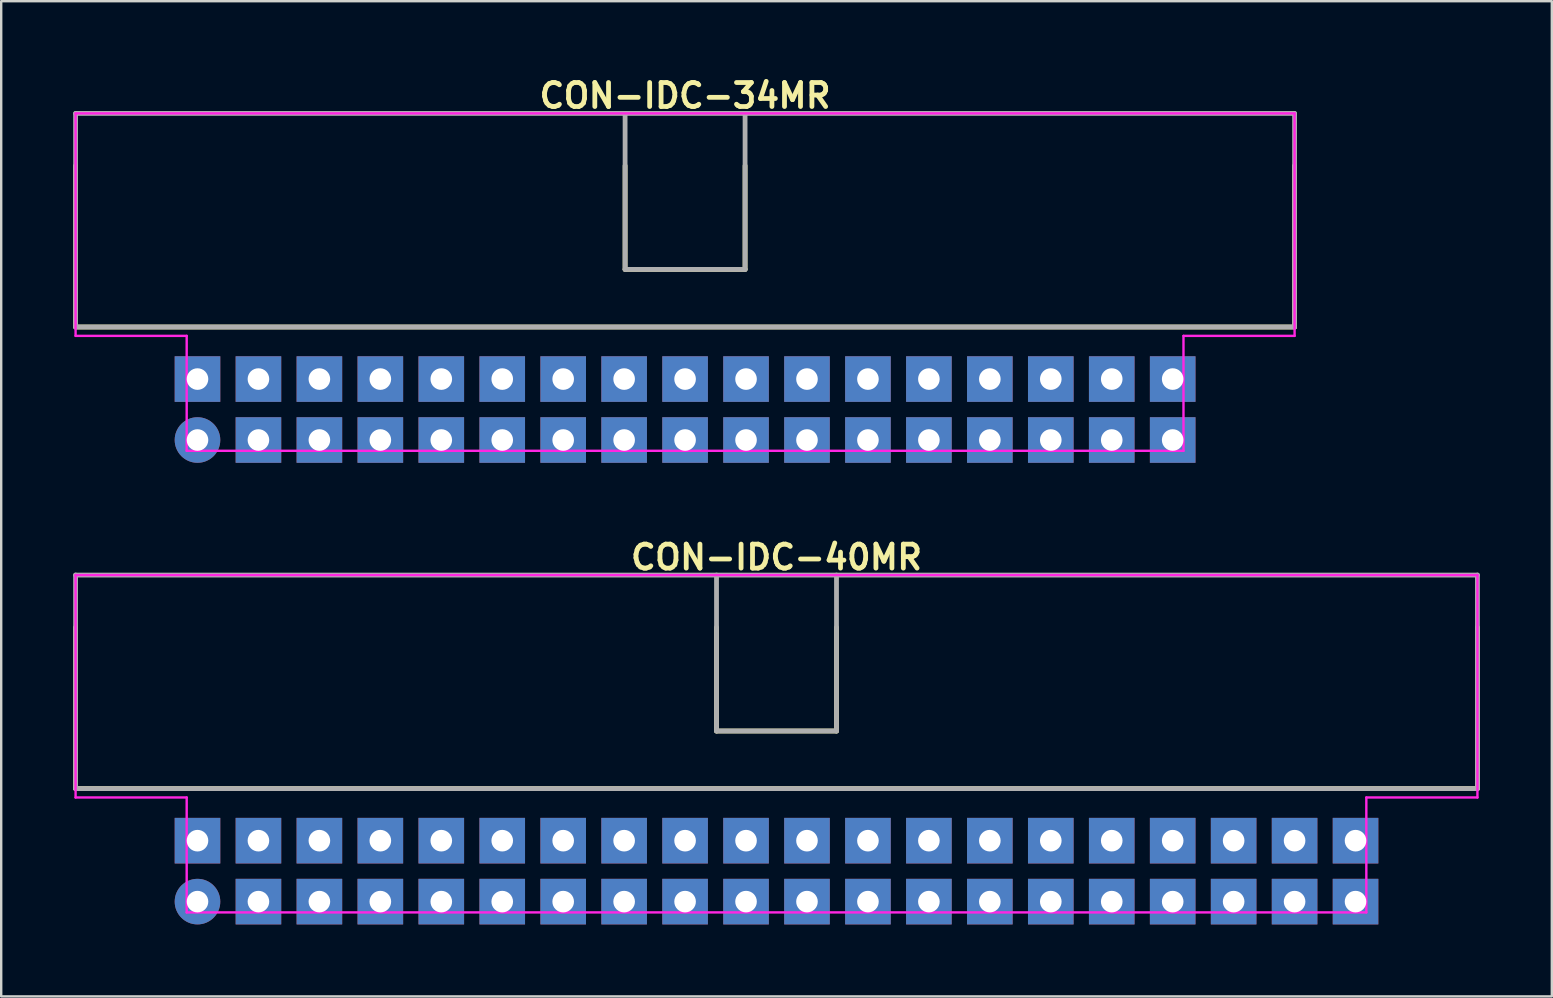
<source format=kicad_pcb>
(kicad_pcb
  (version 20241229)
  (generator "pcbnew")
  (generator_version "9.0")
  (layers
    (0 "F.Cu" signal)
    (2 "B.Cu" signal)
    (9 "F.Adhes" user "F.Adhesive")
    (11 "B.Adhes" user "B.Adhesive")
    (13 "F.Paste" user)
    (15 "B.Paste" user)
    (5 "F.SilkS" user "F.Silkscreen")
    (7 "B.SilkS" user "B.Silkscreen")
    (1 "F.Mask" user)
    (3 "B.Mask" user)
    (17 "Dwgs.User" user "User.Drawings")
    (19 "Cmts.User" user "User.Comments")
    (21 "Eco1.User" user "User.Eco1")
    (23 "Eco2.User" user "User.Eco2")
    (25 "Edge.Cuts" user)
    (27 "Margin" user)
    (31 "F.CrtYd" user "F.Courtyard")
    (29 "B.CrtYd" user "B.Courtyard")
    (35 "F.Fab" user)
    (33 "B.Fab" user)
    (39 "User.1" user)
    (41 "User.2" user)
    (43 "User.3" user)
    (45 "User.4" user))
  (footprint "CON-IDC-40MR"
    (layer "F.Cu")
    (at 29.31 33.254)
    (property "Reference" "CON-IDC-40MR" (at 0 -13.081 0) (layer "F.SilkS") (effects (font (size 1 1) (thickness 0.2))))
    (attr through_hole)
    (fp_line (start -29.21 -10.16) (end -29.21 -3.44) (stroke (width 0.2) (type solid)) (layer "F.SilkS"))
    (fp_line (start -29.21 -3.44) (end 29.21 -3.44) (stroke (width 0.2) (type solid)) (layer "F.SilkS"))
    (fp_line (start -2.5 -10.16) (end -2.5 -5.84) (stroke (width 0.2) (type solid)) (layer "F.SilkS"))
    (fp_line (start -2.5 -5.84) (end 2.5 -5.84) (stroke (width 0.2) (type solid)) (layer "F.SilkS"))
    (fp_line (start 2.5 -10.16) (end 2.5 -5.84) (stroke (width 0.2) (type solid)) (layer "F.SilkS"))
    (fp_line (start 29.21 -10.16) (end 29.21 -3.44) (stroke (width 0.2) (type solid)) (layer "F.SilkS"))
    (fp_line (start -29.21 -12.34) (end -29.21 -3.07) (stroke (width 0.1) (type solid)) (layer "F.CrtYd"))
    (fp_line (start -29.21 -12.34) (end 29.21 -12.34) (stroke (width 0.1) (type solid)) (layer "F.CrtYd"))
    (fp_line (start -29.21 -3.07) (end -24.58 -3.07) (stroke (width 0.1) (type solid)) (layer "F.CrtYd"))
    (fp_line (start -24.58 -3.07) (end -24.58 1.72) (stroke (width 0.1) (type solid)) (layer "F.CrtYd"))
    (fp_line (start -24.58 1.72) (end 24.58 1.72) (stroke (width 0.1) (type solid)) (layer "F.CrtYd"))
    (fp_line (start 24.58 -3.07) (end 24.58 1.72) (stroke (width 0.1) (type solid)) (layer "F.CrtYd"))
    (fp_line (start 24.58 -3.07) (end 29.21 -3.07) (stroke (width 0.1) (type solid)) (layer "F.CrtYd"))
    (fp_line (start 29.21 -12.34) (end 29.21 -3.07) (stroke (width 0.1) (type solid)) (layer "F.CrtYd"))
    (fp_line (start -29.21 -12.34) (end -29.21 -3.44) (stroke (width 0.2) (type solid)) (layer "F.Fab"))
    (fp_line (start -29.21 -12.34) (end 29.21 -12.34) (stroke (width 0.2) (type solid)) (layer "F.Fab"))
    (fp_line (start -29.21 -3.44) (end 29.21 -3.44) (stroke (width 0.2) (type solid)) (layer "F.Fab"))
    (fp_line (start -2.5 -12.34) (end -2.5 -5.84) (stroke (width 0.2) (type solid)) (layer "F.Fab"))
    (fp_line (start -2.5 -5.84) (end 2.5 -5.84) (stroke (width 0.2) (type solid)) (layer "F.Fab"))
    (fp_line (start 2.5 -12.34) (end 2.5 -5.84) (stroke (width 0.2) (type solid)) (layer "F.Fab"))
    (fp_line (start 29.21 -12.34) (end 29.21 -3.44) (stroke (width 0.2) (type solid)) (layer "F.Fab"))
    (pad "1" thru_hole circle (at -24.13 1.27) (size 1.9 1.9) (drill 0.9) (layers "*.Cu" "*.Mask"))
    (pad "2" thru_hole rect (at -24.13 -1.27) (size 1.9 1.9) (drill 0.9) (layers "*.Cu" "*.Mask"))
    (pad "3" thru_hole rect (at -21.59 1.27) (size 1.9 1.9) (drill 0.9) (layers "*.Cu" "*.Mask"))
    (pad "4" thru_hole rect (at -21.59 -1.27) (size 1.9 1.9) (drill 0.9) (layers "*.Cu" "*.Mask"))
    (pad "5" thru_hole rect (at -19.05 1.27) (size 1.9 1.9) (drill 0.9) (layers "*.Cu" "*.Mask"))
    (pad "6" thru_hole rect (at -19.05 -1.27) (size 1.9 1.9) (drill 0.9) (layers "*.Cu" "*.Mask"))
    (pad "7" thru_hole rect (at -16.51 1.27) (size 1.9 1.9) (drill 0.9) (layers "*.Cu" "*.Mask"))
    (pad "8" thru_hole rect (at -16.51 -1.27) (size 1.9 1.9) (drill 0.9) (layers "*.Cu" "*.Mask"))
    (pad "9" thru_hole rect (at -13.97 1.27) (size 1.9 1.9) (drill 0.9) (layers "*.Cu" "*.Mask"))
    (pad "10" thru_hole rect (at -13.97 -1.27) (size 1.9 1.9) (drill 0.9) (layers "*.Cu" "*.Mask"))
    (pad "11" thru_hole rect (at -11.43 1.27) (size 1.9 1.9) (drill 0.9) (layers "*.Cu" "*.Mask"))
    (pad "12" thru_hole rect (at -11.43 -1.27) (size 1.9 1.9) (drill 0.9) (layers "*.Cu" "*.Mask"))
    (pad "13" thru_hole rect (at -8.89 1.27) (size 1.9 1.9) (drill 0.9) (layers "*.Cu" "*.Mask"))
    (pad "14" thru_hole rect (at -8.89 -1.27) (size 1.9 1.9) (drill 0.9) (layers "*.Cu" "*.Mask"))
    (pad "15" thru_hole rect (at -6.35 1.27) (size 1.9 1.9) (drill 0.9) (layers "*.Cu" "*.Mask"))
    (pad "16" thru_hole rect (at -6.35 -1.27) (size 1.9 1.9) (drill 0.9) (layers "*.Cu" "*.Mask"))
    (pad "17" thru_hole rect (at -3.81 1.27) (size 1.9 1.9) (drill 0.9) (layers "*.Cu" "*.Mask"))
    (pad "18" thru_hole rect (at -3.81 -1.27) (size 1.9 1.9) (drill 0.9) (layers "*.Cu" "*.Mask"))
    (pad "19" thru_hole rect (at -1.27 1.27) (size 1.9 1.9) (drill 0.9) (layers "*.Cu" "*.Mask"))
    (pad "20" thru_hole rect (at -1.27 -1.27) (size 1.9 1.9) (drill 0.9) (layers "*.Cu" "*.Mask"))
    (pad "21" thru_hole rect (at 1.27 1.27) (size 1.9 1.9) (drill 0.9) (layers "*.Cu" "*.Mask"))
    (pad "22" thru_hole rect (at 1.27 -1.27) (size 1.9 1.9) (drill 0.9) (layers "*.Cu" "*.Mask"))
    (pad "23" thru_hole rect (at 3.81 1.27) (size 1.9 1.9) (drill 0.9) (layers "*.Cu" "*.Mask"))
    (pad "24" thru_hole rect (at 3.81 -1.27) (size 1.9 1.9) (drill 0.9) (layers "*.Cu" "*.Mask"))
    (pad "25" thru_hole rect (at 6.35 1.27) (size 1.9 1.9) (drill 0.9) (layers "*.Cu" "*.Mask"))
    (pad "26" thru_hole rect (at 6.35 -1.27) (size 1.9 1.9) (drill 0.9) (layers "*.Cu" "*.Mask"))
    (pad "27" thru_hole rect (at 8.89 1.27) (size 1.9 1.9) (drill 0.9) (layers "*.Cu" "*.Mask"))
    (pad "28" thru_hole rect (at 8.89 -1.27) (size 1.9 1.9) (drill 0.9) (layers "*.Cu" "*.Mask"))
    (pad "29" thru_hole rect (at 11.43 1.27) (size 1.9 1.9) (drill 0.9) (layers "*.Cu" "*.Mask"))
    (pad "30" thru_hole rect (at 11.43 -1.27) (size 1.9 1.9) (drill 0.9) (layers "*.Cu" "*.Mask"))
    (pad "31" thru_hole rect (at 13.97 1.27) (size 1.9 1.9) (drill 0.9) (layers "*.Cu" "*.Mask"))
    (pad "32" thru_hole rect (at 13.97 -1.27) (size 1.9 1.9) (drill 0.9) (layers "*.Cu" "*.Mask"))
    (pad "33" thru_hole rect (at 16.51 1.27) (size 1.9 1.9) (drill 0.9) (layers "*.Cu" "*.Mask"))
    (pad "34" thru_hole rect (at 16.51 -1.27) (size 1.9 1.9) (drill 0.9) (layers "*.Cu" "*.Mask"))
    (pad "35" thru_hole rect (at 19.05 1.27) (size 1.9 1.9) (drill 0.9) (layers "*.Cu" "*.Mask"))
    (pad "36" thru_hole rect (at 19.05 -1.27) (size 1.9 1.9) (drill 0.9) (layers "*.Cu" "*.Mask"))
    (pad "37" thru_hole rect (at 21.59 1.27) (size 1.9 1.9) (drill 0.9) (layers "*.Cu" "*.Mask"))
    (pad "38" thru_hole rect (at 21.59 -1.27) (size 1.9 1.9) (drill 0.9) (layers "*.Cu" "*.Mask"))
    (pad "39" thru_hole rect (at 24.13 1.27) (size 1.9 1.9) (drill 0.9) (layers "*.Cu" "*.Mask"))
    (pad "40" thru_hole rect (at 24.13 -1.27) (size 1.9 1.9) (drill 0.9) (layers "*.Cu" "*.Mask")))
  (footprint "CON-IDC-34MR"
    (layer "F.Cu")
    (at 25.5 14.017)
    (property "Reference" "CON-IDC-34MR" (at 0 -13.081 0) (layer "F.SilkS") (effects (font (size 1 1) (thickness 0.2))))
    (attr through_hole)
    (fp_line (start -25.4 -10.16) (end -25.4 -3.44) (stroke (width 0.2) (type solid)) (layer "F.SilkS"))
    (fp_line (start -25.4 -3.44) (end 25.4 -3.44) (stroke (width 0.2) (type solid)) (layer "F.SilkS"))
    (fp_line (start -2.5 -10.16) (end -2.5 -5.84) (stroke (width 0.2) (type solid)) (layer "F.SilkS"))
    (fp_line (start -2.5 -5.84) (end 2.5 -5.84) (stroke (width 0.2) (type solid)) (layer "F.SilkS"))
    (fp_line (start 2.5 -10.16) (end 2.5 -5.84) (stroke (width 0.2) (type solid)) (layer "F.SilkS"))
    (fp_line (start 25.4 -10.16) (end 25.4 -3.44) (stroke (width 0.2) (type solid)) (layer "F.SilkS"))
    (fp_line (start -25.4 -12.34) (end -25.4 -3.07) (stroke (width 0.1) (type solid)) (layer "F.CrtYd"))
    (fp_line (start -25.4 -12.34) (end 25.4 -12.34) (stroke (width 0.1) (type solid)) (layer "F.CrtYd"))
    (fp_line (start -25.4 -3.07) (end -20.77 -3.07) (stroke (width 0.1) (type solid)) (layer "F.CrtYd"))
    (fp_line (start -20.77 -3.07) (end -20.77 1.72) (stroke (width 0.1) (type solid)) (layer "F.CrtYd"))
    (fp_line (start -20.77 1.72) (end 20.77 1.72) (stroke (width 0.1) (type solid)) (layer "F.CrtYd"))
    (fp_line (start 20.77 -3.07) (end 20.77 1.72) (stroke (width 0.1) (type solid)) (layer "F.CrtYd"))
    (fp_line (start 20.77 -3.07) (end 25.4 -3.07) (stroke (width 0.1) (type solid)) (layer "F.CrtYd"))
    (fp_line (start 25.4 -12.34) (end 25.4 -3.07) (stroke (width 0.1) (type solid)) (layer "F.CrtYd"))
    (fp_line (start -25.4 -12.34) (end -25.4 -3.44) (stroke (width 0.2) (type solid)) (layer "F.Fab"))
    (fp_line (start -25.4 -12.34) (end 25.4 -12.34) (stroke (width 0.2) (type solid)) (layer "F.Fab"))
    (fp_line (start -25.4 -3.44) (end 25.4 -3.44) (stroke (width 0.2) (type solid)) (layer "F.Fab"))
    (fp_line (start -2.5 -12.34) (end -2.5 -5.84) (stroke (width 0.2) (type solid)) (layer "F.Fab"))
    (fp_line (start -2.5 -5.84) (end 2.5 -5.84) (stroke (width 0.2) (type solid)) (layer "F.Fab"))
    (fp_line (start 2.5 -12.34) (end 2.5 -5.84) (stroke (width 0.2) (type solid)) (layer "F.Fab"))
    (fp_line (start 25.4 -12.34) (end 25.4 -3.44) (stroke (width 0.2) (type solid)) (layer "F.Fab"))
    (pad "1" thru_hole circle (at -20.32 1.27) (size 1.9 1.9) (drill 0.9) (layers "*.Cu" "*.Mask"))
    (pad "2" thru_hole rect (at -20.32 -1.27) (size 1.9 1.9) (drill 0.9) (layers "*.Cu" "*.Mask"))
    (pad "3" thru_hole rect (at -17.78 1.27) (size 1.9 1.9) (drill 0.9) (layers "*.Cu" "*.Mask"))
    (pad "4" thru_hole rect (at -17.78 -1.27) (size 1.9 1.9) (drill 0.9) (layers "*.Cu" "*.Mask"))
    (pad "5" thru_hole rect (at -15.24 1.27) (size 1.9 1.9) (drill 0.9) (layers "*.Cu" "*.Mask"))
    (pad "6" thru_hole rect (at -15.24 -1.27) (size 1.9 1.9) (drill 0.9) (layers "*.Cu" "*.Mask"))
    (pad "7" thru_hole rect (at -12.7 1.27) (size 1.9 1.9) (drill 0.9) (layers "*.Cu" "*.Mask"))
    (pad "8" thru_hole rect (at -12.7 -1.27) (size 1.9 1.9) (drill 0.9) (layers "*.Cu" "*.Mask"))
    (pad "9" thru_hole rect (at -10.16 1.27) (size 1.9 1.9) (drill 0.9) (layers "*.Cu" "*.Mask"))
    (pad "10" thru_hole rect (at -10.16 -1.27) (size 1.9 1.9) (drill 0.9) (layers "*.Cu" "*.Mask"))
    (pad "11" thru_hole rect (at -7.62 1.27) (size 1.9 1.9) (drill 0.9) (layers "*.Cu" "*.Mask"))
    (pad "12" thru_hole rect (at -7.62 -1.27) (size 1.9 1.9) (drill 0.9) (layers "*.Cu" "*.Mask"))
    (pad "13" thru_hole rect (at -5.08 1.27) (size 1.9 1.9) (drill 0.9) (layers "*.Cu" "*.Mask"))
    (pad "14" thru_hole rect (at -5.08 -1.27) (size 1.9 1.9) (drill 0.9) (layers "*.Cu" "*.Mask"))
    (pad "15" thru_hole rect (at -2.54 1.27) (size 1.9 1.9) (drill 0.9) (layers "*.Cu" "*.Mask"))
    (pad "16" thru_hole rect (at -2.54 -1.27) (size 1.9 1.9) (drill 0.9) (layers "*.Cu" "*.Mask"))
    (pad "17" thru_hole rect (at 0 1.27) (size 1.9 1.9) (drill 0.9) (layers "*.Cu" "*.Mask"))
    (pad "18" thru_hole rect (at 0 -1.27) (size 1.9 1.9) (drill 0.9) (layers "*.Cu" "*.Mask"))
    (pad "19" thru_hole rect (at 2.54 1.27) (size 1.9 1.9) (drill 0.9) (layers "*.Cu" "*.Mask"))
    (pad "20" thru_hole rect (at 2.54 -1.27) (size 1.9 1.9) (drill 0.9) (layers "*.Cu" "*.Mask"))
    (pad "21" thru_hole rect (at 5.08 1.27) (size 1.9 1.9) (drill 0.9) (layers "*.Cu" "*.Mask"))
    (pad "22" thru_hole rect (at 5.08 -1.27) (size 1.9 1.9) (drill 0.9) (layers "*.Cu" "*.Mask"))
    (pad "23" thru_hole rect (at 7.62 1.27) (size 1.9 1.9) (drill 0.9) (layers "*.Cu" "*.Mask"))
    (pad "24" thru_hole rect (at 7.62 -1.27) (size 1.9 1.9) (drill 0.9) (layers "*.Cu" "*.Mask"))
    (pad "25" thru_hole rect (at 10.16 1.27) (size 1.9 1.9) (drill 0.9) (layers "*.Cu" "*.Mask"))
    (pad "26" thru_hole rect (at 10.16 -1.27) (size 1.9 1.9) (drill 0.9) (layers "*.Cu" "*.Mask"))
    (pad "27" thru_hole rect (at 12.7 1.27) (size 1.9 1.9) (drill 0.9) (layers "*.Cu" "*.Mask"))
    (pad "28" thru_hole rect (at 12.7 -1.27) (size 1.9 1.9) (drill 0.9) (layers "*.Cu" "*.Mask"))
    (pad "29" thru_hole rect (at 15.24 1.27) (size 1.9 1.9) (drill 0.9) (layers "*.Cu" "*.Mask"))
    (pad "30" thru_hole rect (at 15.24 -1.27) (size 1.9 1.9) (drill 0.9) (layers "*.Cu" "*.Mask"))
    (pad "31" thru_hole rect (at 17.78 1.27) (size 1.9 1.9) (drill 0.9) (layers "*.Cu" "*.Mask"))
    (pad "32" thru_hole rect (at 17.78 -1.27) (size 1.9 1.9) (drill 0.9) (layers "*.Cu" "*.Mask"))
    (pad "33" thru_hole rect (at 20.32 1.27) (size 1.9 1.9) (drill 0.9) (layers "*.Cu" "*.Mask"))
    (pad "34" thru_hole rect (at 20.32 -1.27) (size 1.9 1.9) (drill 0.9) (layers "*.Cu" "*.Mask")))
  (gr_rect
    (start -3 -3)
    (end 61.62 38.474)
    (stroke (width 0.1) (type default))
    (fill no)
    (layer "Edge.Cuts")))
</source>
